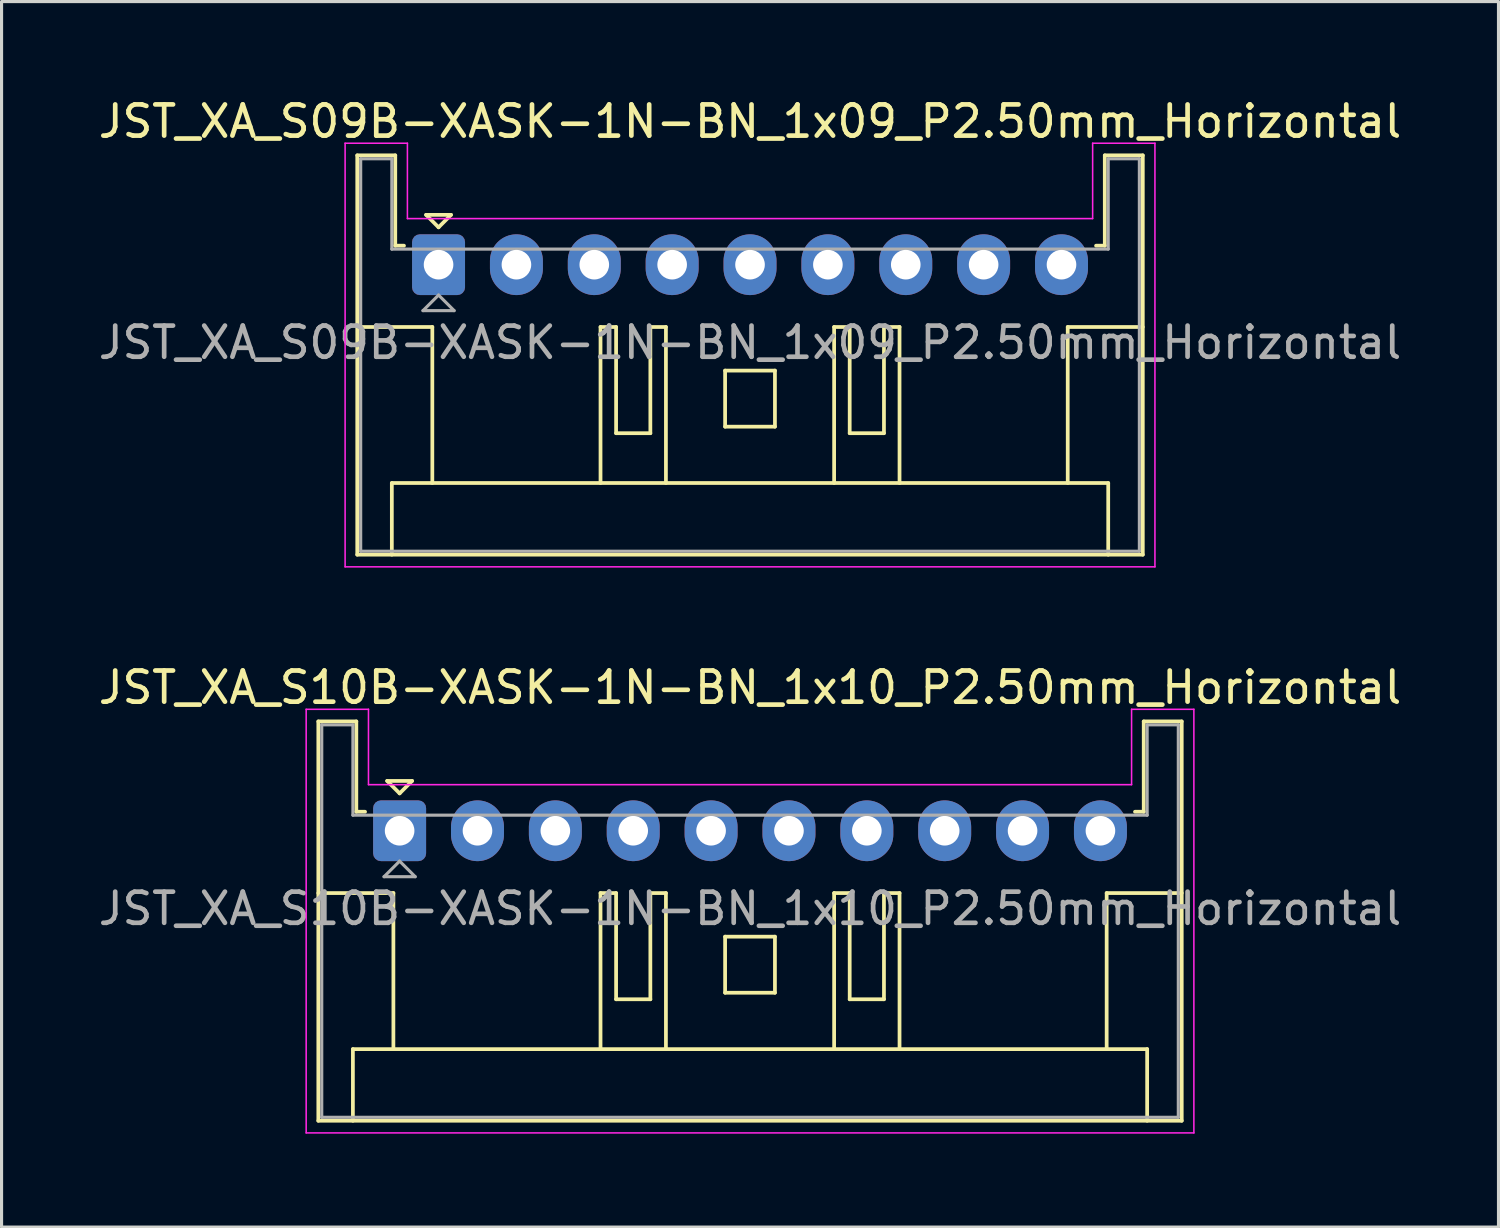
<source format=kicad_pcb>
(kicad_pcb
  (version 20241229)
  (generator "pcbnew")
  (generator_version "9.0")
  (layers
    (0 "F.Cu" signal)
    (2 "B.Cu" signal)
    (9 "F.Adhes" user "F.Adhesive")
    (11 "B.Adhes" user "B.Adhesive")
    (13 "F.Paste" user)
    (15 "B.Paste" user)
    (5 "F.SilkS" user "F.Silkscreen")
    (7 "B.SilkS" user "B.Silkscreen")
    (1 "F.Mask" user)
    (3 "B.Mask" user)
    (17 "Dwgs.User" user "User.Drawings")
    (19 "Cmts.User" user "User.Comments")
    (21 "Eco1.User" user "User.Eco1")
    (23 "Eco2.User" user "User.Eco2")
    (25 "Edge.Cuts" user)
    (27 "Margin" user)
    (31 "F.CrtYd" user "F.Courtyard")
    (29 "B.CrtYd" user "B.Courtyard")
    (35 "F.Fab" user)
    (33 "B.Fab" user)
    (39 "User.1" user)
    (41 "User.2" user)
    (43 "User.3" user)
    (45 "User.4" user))
  (footprint "JST_XA_S09B-XASK-1N-BN_1x09_P2.50mm_Horizontal"
    (layer "F.Cu")
    (at 11.03 5.448)
    (property "Reference" "JST_XA_S09B-XASK-1N-BN_1x09_P2.50mm_Horizontal" (at 10 -4.6 0) (layer "F.SilkS") (effects (font (size 1 1) (thickness 0.15))))
    (attr through_hole)
    (fp_line (start -2.61 -3.51) (end -2.61 9.31) (stroke (width 0.12) (type solid)) (layer "F.SilkS"))
    (fp_line (start -2.61 9.31) (end 22.61 9.31) (stroke (width 0.12) (type solid)) (layer "F.SilkS"))
    (fp_line (start -1.5 7.01) (end 21.5 7.01) (stroke (width 0.12) (type solid)) (layer "F.SilkS"))
    (fp_line (start -1.5 9.31) (end -1.5 7.01) (stroke (width 0.12) (type solid)) (layer "F.SilkS"))
    (fp_line (start -1.39 -3.51) (end -2.61 -3.51) (stroke (width 0.12) (type solid)) (layer "F.SilkS"))
    (fp_line (start -1.39 -0.61) (end -1.39 -3.51) (stroke (width 0.12) (type solid)) (layer "F.SilkS"))
    (fp_line (start -1.11 -0.61) (end -1.39 -0.61) (stroke (width 0.12) (type solid)) (layer "F.SilkS"))
    (fp_line (start -0.4 -1.6) (end 0.4 -1.6) (stroke (width 0.12) (type solid)) (layer "F.SilkS"))
    (fp_line (start -0.2 2) (end -2.61 2) (stroke (width 0.12) (type solid)) (layer "F.SilkS"))
    (fp_line (start -0.2 7.01) (end -0.2 2) (stroke (width 0.12) (type solid)) (layer "F.SilkS"))
    (fp_line (start 0 -1.2) (end -0.4 -1.6) (stroke (width 0.12) (type solid)) (layer "F.SilkS"))
    (fp_line (start 0.4 -1.6) (end 0 -1.2) (stroke (width 0.12) (type solid)) (layer "F.SilkS"))
    (fp_line (start 5.2 2) (end 5.2 7.01) (stroke (width 0.12) (type solid)) (layer "F.SilkS"))
    (fp_line (start 5.7 2) (end 5.2 2) (stroke (width 0.12) (type solid)) (layer "F.SilkS"))
    (fp_line (start 5.7 5.41) (end 5.7 2) (stroke (width 0.12) (type solid)) (layer "F.SilkS"))
    (fp_line (start 6.8 2) (end 6.8 5.41) (stroke (width 0.12) (type solid)) (layer "F.SilkS"))
    (fp_line (start 6.8 5.41) (end 5.7 5.41) (stroke (width 0.12) (type solid)) (layer "F.SilkS"))
    (fp_line (start 7.3 2) (end 6.8 2) (stroke (width 0.12) (type solid)) (layer "F.SilkS"))
    (fp_line (start 7.3 7.01) (end 7.3 2) (stroke (width 0.12) (type solid)) (layer "F.SilkS"))
    (fp_line (start 9.2 3.4) (end 10.8 3.4) (stroke (width 0.12) (type solid)) (layer "F.SilkS"))
    (fp_line (start 9.2 5.2) (end 9.2 3.4) (stroke (width 0.12) (type solid)) (layer "F.SilkS"))
    (fp_line (start 10.8 3.4) (end 10.8 5.2) (stroke (width 0.12) (type solid)) (layer "F.SilkS"))
    (fp_line (start 10.8 5.2) (end 9.2 5.2) (stroke (width 0.12) (type solid)) (layer "F.SilkS"))
    (fp_line (start 12.7 2) (end 13.2 2) (stroke (width 0.12) (type solid)) (layer "F.SilkS"))
    (fp_line (start 12.7 7.01) (end 12.7 2) (stroke (width 0.12) (type solid)) (layer "F.SilkS"))
    (fp_line (start 13.2 2) (end 13.2 5.41) (stroke (width 0.12) (type solid)) (layer "F.SilkS"))
    (fp_line (start 13.2 5.41) (end 14.3 5.41) (stroke (width 0.12) (type solid)) (layer "F.SilkS"))
    (fp_line (start 14.3 2) (end 14.8 2) (stroke (width 0.12) (type solid)) (layer "F.SilkS"))
    (fp_line (start 14.3 5.41) (end 14.3 2) (stroke (width 0.12) (type solid)) (layer "F.SilkS"))
    (fp_line (start 14.8 2) (end 14.8 7.01) (stroke (width 0.12) (type solid)) (layer "F.SilkS"))
    (fp_line (start 20.2 2) (end 22.61 2) (stroke (width 0.12) (type solid)) (layer "F.SilkS"))
    (fp_line (start 20.2 7.01) (end 20.2 2) (stroke (width 0.12) (type solid)) (layer "F.SilkS"))
    (fp_line (start 21.39 -3.51) (end 21.39 -0.61) (stroke (width 0.12) (type solid)) (layer "F.SilkS"))
    (fp_line (start 21.39 -0.61) (end 21.11 -0.61) (stroke (width 0.12) (type solid)) (layer "F.SilkS"))
    (fp_line (start 21.5 7.01) (end 21.5 9.31) (stroke (width 0.12) (type solid)) (layer "F.SilkS"))
    (fp_line (start 22.61 -3.51) (end 21.39 -3.51) (stroke (width 0.12) (type solid)) (layer "F.SilkS"))
    (fp_line (start 22.61 9.31) (end 22.61 -3.51) (stroke (width 0.12) (type solid)) (layer "F.SilkS"))
    (fp_line (start -3 -3.9) (end -3 9.7) (stroke (width 0.05) (type solid)) (layer "F.CrtYd"))
    (fp_line (start -3 9.7) (end 23 9.7) (stroke (width 0.05) (type solid)) (layer "F.CrtYd"))
    (fp_line (start -1 -3.9) (end -3 -3.9) (stroke (width 0.05) (type solid)) (layer "F.CrtYd"))
    (fp_line (start -1 -1.48) (end -1 -3.9) (stroke (width 0.05) (type solid)) (layer "F.CrtYd"))
    (fp_line (start 21 -3.9) (end 21 -1.48) (stroke (width 0.05) (type solid)) (layer "F.CrtYd"))
    (fp_line (start 21 -1.48) (end -1 -1.48) (stroke (width 0.05) (type solid)) (layer "F.CrtYd"))
    (fp_line (start 23 -3.9) (end 21 -3.9) (stroke (width 0.05) (type solid)) (layer "F.CrtYd"))
    (fp_line (start 23 9.7) (end 23 -3.9) (stroke (width 0.05) (type solid)) (layer "F.CrtYd"))
    (fp_line (start -2.5 -3.4) (end -2.5 9.2) (stroke (width 0.1) (type solid)) (layer "F.Fab"))
    (fp_line (start -2.5 9.2) (end 22.5 9.2) (stroke (width 0.1) (type solid)) (layer "F.Fab"))
    (fp_line (start -1.5 -3.4) (end -2.5 -3.4) (stroke (width 0.1) (type solid)) (layer "F.Fab"))
    (fp_line (start -1.5 -0.5) (end -1.5 -3.4) (stroke (width 0.1) (type solid)) (layer "F.Fab"))
    (fp_line (start -0.5 1.475) (end 0.5 1.475) (stroke (width 0.1) (type solid)) (layer "F.Fab"))
    (fp_line (start 0 0.975) (end -0.5 1.475) (stroke (width 0.1) (type solid)) (layer "F.Fab"))
    (fp_line (start 0.5 1.475) (end 0 0.975) (stroke (width 0.1) (type solid)) (layer "F.Fab"))
    (fp_line (start 21.5 -3.4) (end 21.5 -0.5) (stroke (width 0.1) (type solid)) (layer "F.Fab"))
    (fp_line (start 21.5 -0.5) (end -1.5 -0.5) (stroke (width 0.1) (type solid)) (layer "F.Fab"))
    (fp_line (start 22.5 -3.4) (end 21.5 -3.4) (stroke (width 0.1) (type solid)) (layer "F.Fab"))
    (fp_line (start 22.5 9.2) (end 22.5 -3.4) (stroke (width 0.1) (type solid)) (layer "F.Fab"))
    (fp_text user "${REFERENCE}" (at 10 2.5 0) (layer "F.Fab") (effects (font (size 1 1) (thickness 0.15))))
    (pad "1" thru_hole roundrect (at 0 0) (size 1.7 1.95) (drill 0.95) (layers "*.Cu" "*.Mask") (roundrect_rratio 0.147))
    (pad "2" thru_hole oval (at 2.5 0) (size 1.7 1.95) (drill 0.95) (layers "*.Cu" "*.Mask"))
    (pad "3" thru_hole oval (at 5 0) (size 1.7 1.95) (drill 0.95) (layers "*.Cu" "*.Mask"))
    (pad "4" thru_hole oval (at 7.5 0) (size 1.7 1.95) (drill 0.95) (layers "*.Cu" "*.Mask"))
    (pad "5" thru_hole oval (at 10 0) (size 1.7 1.95) (drill 0.95) (layers "*.Cu" "*.Mask"))
    (pad "6" thru_hole oval (at 12.5 0) (size 1.7 1.95) (drill 0.95) (layers "*.Cu" "*.Mask"))
    (pad "7" thru_hole oval (at 15 0) (size 1.7 1.95) (drill 0.95) (layers "*.Cu" "*.Mask"))
    (pad "8" thru_hole oval (at 17.5 0) (size 1.7 1.95) (drill 0.95) (layers "*.Cu" "*.Mask"))
    (pad "9" thru_hole oval (at 20 0) (size 1.7 1.95) (drill 0.95) (layers "*.Cu" "*.Mask")))
  (footprint "JST_XA_S10B-XASK-1N-BN_1x10_P2.50mm_Horizontal"
    (layer "F.Cu")
    (at 9.78 23.622)
    (property "Reference" "JST_XA_S10B-XASK-1N-BN_1x10_P2.50mm_Horizontal" (at 11.25 -4.6 0) (layer "F.SilkS") (effects (font (size 1 1) (thickness 0.15))))
    (attr through_hole)
    (fp_line (start -2.61 -3.51) (end -2.61 9.31) (stroke (width 0.12) (type solid)) (layer "F.SilkS"))
    (fp_line (start -2.61 9.31) (end 25.11 9.31) (stroke (width 0.12) (type solid)) (layer "F.SilkS"))
    (fp_line (start -1.5 7.01) (end 24 7.01) (stroke (width 0.12) (type solid)) (layer "F.SilkS"))
    (fp_line (start -1.5 9.31) (end -1.5 7.01) (stroke (width 0.12) (type solid)) (layer "F.SilkS"))
    (fp_line (start -1.39 -3.51) (end -2.61 -3.51) (stroke (width 0.12) (type solid)) (layer "F.SilkS"))
    (fp_line (start -1.39 -0.61) (end -1.39 -3.51) (stroke (width 0.12) (type solid)) (layer "F.SilkS"))
    (fp_line (start -1.11 -0.61) (end -1.39 -0.61) (stroke (width 0.12) (type solid)) (layer "F.SilkS"))
    (fp_line (start -0.4 -1.6) (end 0.4 -1.6) (stroke (width 0.12) (type solid)) (layer "F.SilkS"))
    (fp_line (start -0.2 2) (end -2.61 2) (stroke (width 0.12) (type solid)) (layer "F.SilkS"))
    (fp_line (start -0.2 7.01) (end -0.2 2) (stroke (width 0.12) (type solid)) (layer "F.SilkS"))
    (fp_line (start 0 -1.2) (end -0.4 -1.6) (stroke (width 0.12) (type solid)) (layer "F.SilkS"))
    (fp_line (start 0.4 -1.6) (end 0 -1.2) (stroke (width 0.12) (type solid)) (layer "F.SilkS"))
    (fp_line (start 6.45 2) (end 6.45 7.01) (stroke (width 0.12) (type solid)) (layer "F.SilkS"))
    (fp_line (start 6.95 2) (end 6.45 2) (stroke (width 0.12) (type solid)) (layer "F.SilkS"))
    (fp_line (start 6.95 5.41) (end 6.95 2) (stroke (width 0.12) (type solid)) (layer "F.SilkS"))
    (fp_line (start 8.05 2) (end 8.05 5.41) (stroke (width 0.12) (type solid)) (layer "F.SilkS"))
    (fp_line (start 8.05 5.41) (end 6.95 5.41) (stroke (width 0.12) (type solid)) (layer "F.SilkS"))
    (fp_line (start 8.55 2) (end 8.05 2) (stroke (width 0.12) (type solid)) (layer "F.SilkS"))
    (fp_line (start 8.55 7.01) (end 8.55 2) (stroke (width 0.12) (type solid)) (layer "F.SilkS"))
    (fp_line (start 10.45 3.4) (end 12.05 3.4) (stroke (width 0.12) (type solid)) (layer "F.SilkS"))
    (fp_line (start 10.45 5.2) (end 10.45 3.4) (stroke (width 0.12) (type solid)) (layer "F.SilkS"))
    (fp_line (start 12.05 3.4) (end 12.05 5.2) (stroke (width 0.12) (type solid)) (layer "F.SilkS"))
    (fp_line (start 12.05 5.2) (end 10.45 5.2) (stroke (width 0.12) (type solid)) (layer "F.SilkS"))
    (fp_line (start 13.95 2) (end 14.45 2) (stroke (width 0.12) (type solid)) (layer "F.SilkS"))
    (fp_line (start 13.95 7.01) (end 13.95 2) (stroke (width 0.12) (type solid)) (layer "F.SilkS"))
    (fp_line (start 14.45 2) (end 14.45 5.41) (stroke (width 0.12) (type solid)) (layer "F.SilkS"))
    (fp_line (start 14.45 5.41) (end 15.55 5.41) (stroke (width 0.12) (type solid)) (layer "F.SilkS"))
    (fp_line (start 15.55 2) (end 16.05 2) (stroke (width 0.12) (type solid)) (layer "F.SilkS"))
    (fp_line (start 15.55 5.41) (end 15.55 2) (stroke (width 0.12) (type solid)) (layer "F.SilkS"))
    (fp_line (start 16.05 2) (end 16.05 7.01) (stroke (width 0.12) (type solid)) (layer "F.SilkS"))
    (fp_line (start 22.7 2) (end 25.11 2) (stroke (width 0.12) (type solid)) (layer "F.SilkS"))
    (fp_line (start 22.7 7.01) (end 22.7 2) (stroke (width 0.12) (type solid)) (layer "F.SilkS"))
    (fp_line (start 23.89 -3.51) (end 23.89 -0.61) (stroke (width 0.12) (type solid)) (layer "F.SilkS"))
    (fp_line (start 23.89 -0.61) (end 23.61 -0.61) (stroke (width 0.12) (type solid)) (layer "F.SilkS"))
    (fp_line (start 24 7.01) (end 24 9.31) (stroke (width 0.12) (type solid)) (layer "F.SilkS"))
    (fp_line (start 25.11 -3.51) (end 23.89 -3.51) (stroke (width 0.12) (type solid)) (layer "F.SilkS"))
    (fp_line (start 25.11 9.31) (end 25.11 -3.51) (stroke (width 0.12) (type solid)) (layer "F.SilkS"))
    (fp_line (start -3 -3.9) (end -3 9.7) (stroke (width 0.05) (type solid)) (layer "F.CrtYd"))
    (fp_line (start -3 9.7) (end 25.5 9.7) (stroke (width 0.05) (type solid)) (layer "F.CrtYd"))
    (fp_line (start -1 -3.9) (end -3 -3.9) (stroke (width 0.05) (type solid)) (layer "F.CrtYd"))
    (fp_line (start -1 -1.48) (end -1 -3.9) (stroke (width 0.05) (type solid)) (layer "F.CrtYd"))
    (fp_line (start 23.5 -3.9) (end 23.5 -1.48) (stroke (width 0.05) (type solid)) (layer "F.CrtYd"))
    (fp_line (start 23.5 -1.48) (end -1 -1.48) (stroke (width 0.05) (type solid)) (layer "F.CrtYd"))
    (fp_line (start 25.5 -3.9) (end 23.5 -3.9) (stroke (width 0.05) (type solid)) (layer "F.CrtYd"))
    (fp_line (start 25.5 9.7) (end 25.5 -3.9) (stroke (width 0.05) (type solid)) (layer "F.CrtYd"))
    (fp_line (start -2.5 -3.4) (end -2.5 9.2) (stroke (width 0.1) (type solid)) (layer "F.Fab"))
    (fp_line (start -2.5 9.2) (end 25 9.2) (stroke (width 0.1) (type solid)) (layer "F.Fab"))
    (fp_line (start -1.5 -3.4) (end -2.5 -3.4) (stroke (width 0.1) (type solid)) (layer "F.Fab"))
    (fp_line (start -1.5 -0.5) (end -1.5 -3.4) (stroke (width 0.1) (type solid)) (layer "F.Fab"))
    (fp_line (start -0.5 1.475) (end 0.5 1.475) (stroke (width 0.1) (type solid)) (layer "F.Fab"))
    (fp_line (start 0 0.975) (end -0.5 1.475) (stroke (width 0.1) (type solid)) (layer "F.Fab"))
    (fp_line (start 0.5 1.475) (end 0 0.975) (stroke (width 0.1) (type solid)) (layer "F.Fab"))
    (fp_line (start 24 -3.4) (end 24 -0.5) (stroke (width 0.1) (type solid)) (layer "F.Fab"))
    (fp_line (start 24 -0.5) (end -1.5 -0.5) (stroke (width 0.1) (type solid)) (layer "F.Fab"))
    (fp_line (start 25 -3.4) (end 24 -3.4) (stroke (width 0.1) (type solid)) (layer "F.Fab"))
    (fp_line (start 25 9.2) (end 25 -3.4) (stroke (width 0.1) (type solid)) (layer "F.Fab"))
    (fp_text user "${REFERENCE}" (at 11.25 2.5 0) (layer "F.Fab") (effects (font (size 1 1) (thickness 0.15))))
    (pad "1" thru_hole roundrect (at 0 0) (size 1.7 1.95) (drill 0.95) (layers "*.Cu" "*.Mask") (roundrect_rratio 0.147))
    (pad "2" thru_hole oval (at 2.5 0) (size 1.7 1.95) (drill 0.95) (layers "*.Cu" "*.Mask"))
    (pad "3" thru_hole oval (at 5 0) (size 1.7 1.95) (drill 0.95) (layers "*.Cu" "*.Mask"))
    (pad "4" thru_hole oval (at 7.5 0) (size 1.7 1.95) (drill 0.95) (layers "*.Cu" "*.Mask"))
    (pad "5" thru_hole oval (at 10 0) (size 1.7 1.95) (drill 0.95) (layers "*.Cu" "*.Mask"))
    (pad "6" thru_hole oval (at 12.5 0) (size 1.7 1.95) (drill 0.95) (layers "*.Cu" "*.Mask"))
    (pad "7" thru_hole oval (at 15 0) (size 1.7 1.95) (drill 0.95) (layers "*.Cu" "*.Mask"))
    (pad "8" thru_hole oval (at 17.5 0) (size 1.7 1.95) (drill 0.95) (layers "*.Cu" "*.Mask"))
    (pad "9" thru_hole oval (at 20 0) (size 1.7 1.95) (drill 0.95) (layers "*.Cu" "*.Mask"))
    (pad "10" thru_hole oval (at 22.5 0) (size 1.7 1.95) (drill 0.95) (layers "*.Cu" "*.Mask")))
  (gr_rect
    (start -3 -3)
    (end 45.06 36.346)
    (stroke (width 0.1) (type default))
    (fill no)
    (layer "Edge.Cuts")))
</source>
